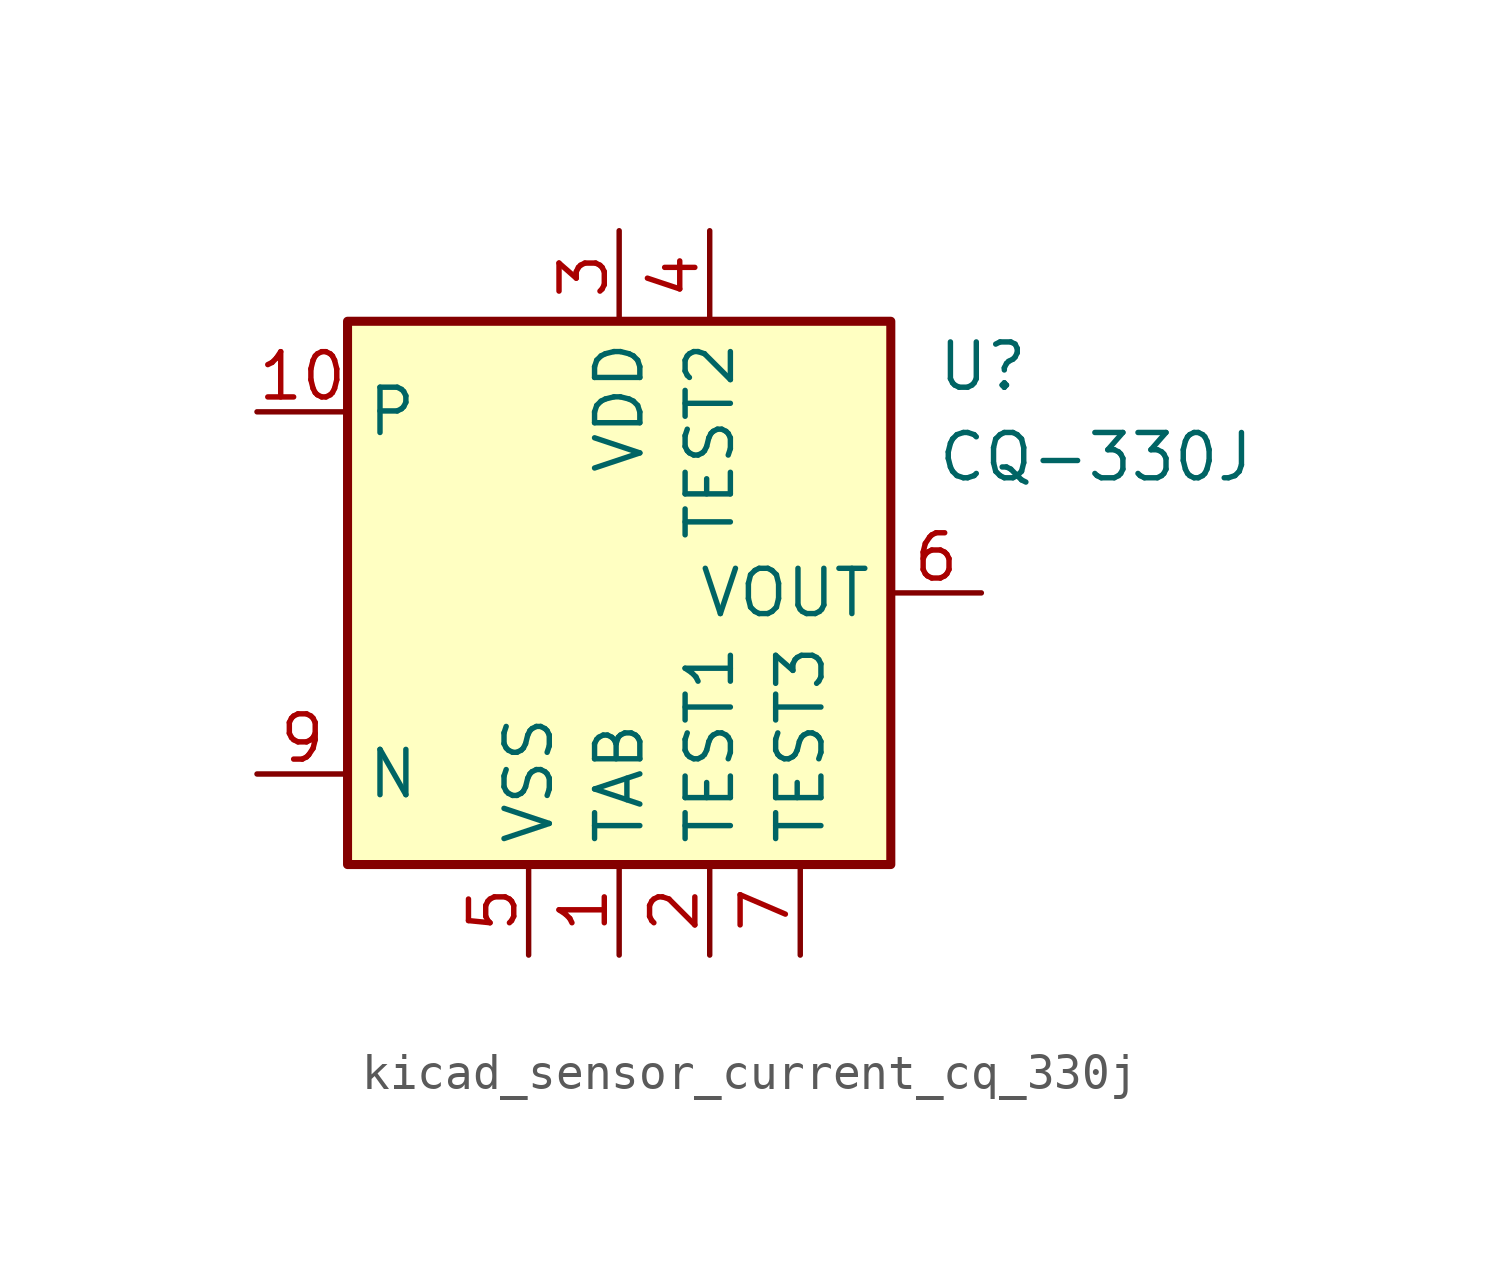
<source format=kicad_sym>
(kicad_symbol_lib
  (version 20220914)
  (generator kicad_symbol_editor)
  (symbol "kicad_sensor_current_cq_330j"
    (property "Reference" "U"
      (at 8.89 6.35 0)
      (effects (font (size 1.27 1.27)) (justify left)))
    (property "Value" "CQ-330J"
      (at 8.89 3.81 0)
      (effects (font (size 1.27 1.27)) (justify left)))
    (symbol "kicad_sensor_current_cq_330j_0_1"
      (rectangle (start -7.62 7.62) (end 7.62 -7.62) (stroke (width 0.254) (type default)) (fill (type background))))
    (symbol "kicad_sensor_current_cq_330j_1_1"
      (pin power_in line (at 0 -10.16 90) (length 2.54) (name "TAB" (effects (font (size 1.27 1.27)))) (number "1" (effects (font (size 1.27 1.27)))))
      (pin passive line (at -10.16 5.08 0) (length 2.54) (name "P" (effects (font (size 1.27 1.27)))) (number "10" (effects (font (size 1.27 1.27)))))
      (pin power_in line (at 2.54 -10.16 90) (length 2.54) (name "TEST1" (effects (font (size 1.27 1.27)))) (number "2" (effects (font (size 1.27 1.27)))))
      (pin power_in line (at 0 10.16 270) (length 2.54) (name "VDD" (effects (font (size 1.27 1.27)))) (number "3" (effects (font (size 1.27 1.27)))))
      (pin power_in line (at 2.54 10.16 270) (length 2.54) (name "TEST2" (effects (font (size 1.27 1.27)))) (number "4" (effects (font (size 1.27 1.27)))))
      (pin power_in line (at -2.54 -10.16 90) (length 2.54) (name "VSS" (effects (font (size 1.27 1.27)))) (number "5" (effects (font (size 1.27 1.27)))))
      (pin output line (at 10.16 0 180) (length 2.54) (name "VOUT" (effects (font (size 1.27 1.27)))) (number "6" (effects (font (size 1.27 1.27)))))
      (pin power_in line (at 5.08 -10.16 90) (length 2.54) (name "TEST3" (effects (font (size 1.27 1.27)))) (number "7" (effects (font (size 1.27 1.27)))))
      (pin passive line (at 0 -10.16 90) (length 2.54) hide (name "TAB" (effects (font (size 1.27 1.27)))) (number "8" (effects (font (size 1.27 1.27)))))
      (pin passive line (at -10.16 -5.08 0) (length 2.54) (name "N" (effects (font (size 1.27 1.27)))) (number "9" (effects (font (size 1.27 1.27))))))))
</source>
